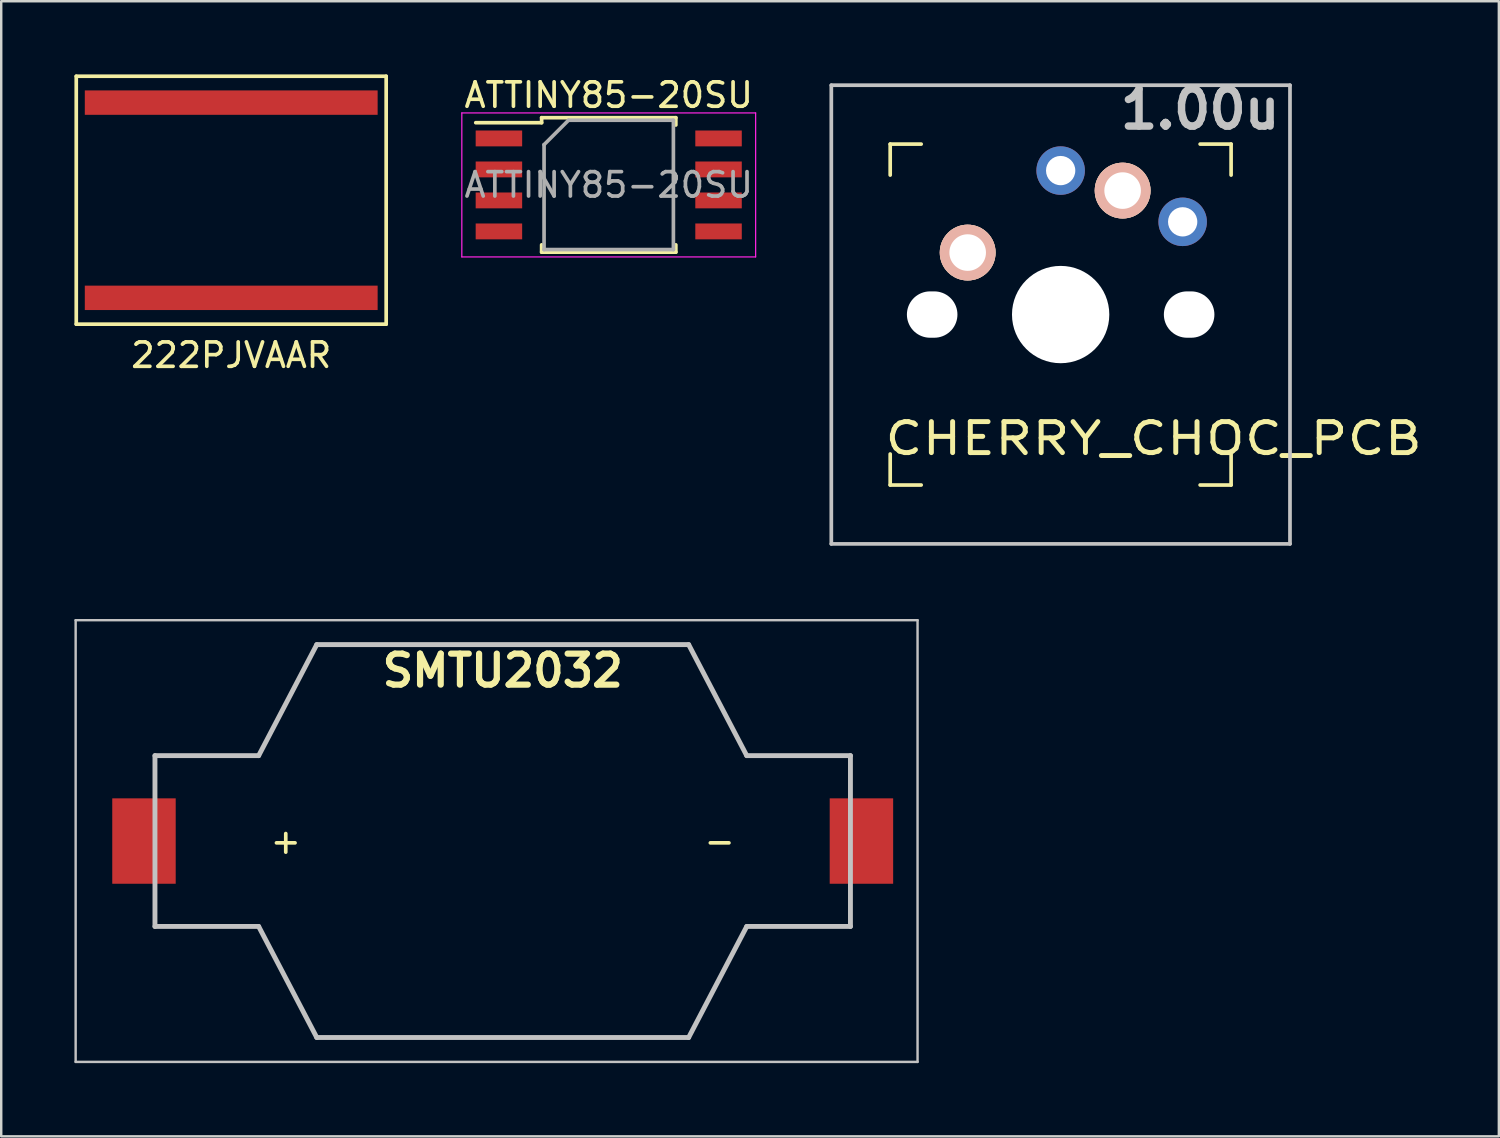
<source format=kicad_pcb>
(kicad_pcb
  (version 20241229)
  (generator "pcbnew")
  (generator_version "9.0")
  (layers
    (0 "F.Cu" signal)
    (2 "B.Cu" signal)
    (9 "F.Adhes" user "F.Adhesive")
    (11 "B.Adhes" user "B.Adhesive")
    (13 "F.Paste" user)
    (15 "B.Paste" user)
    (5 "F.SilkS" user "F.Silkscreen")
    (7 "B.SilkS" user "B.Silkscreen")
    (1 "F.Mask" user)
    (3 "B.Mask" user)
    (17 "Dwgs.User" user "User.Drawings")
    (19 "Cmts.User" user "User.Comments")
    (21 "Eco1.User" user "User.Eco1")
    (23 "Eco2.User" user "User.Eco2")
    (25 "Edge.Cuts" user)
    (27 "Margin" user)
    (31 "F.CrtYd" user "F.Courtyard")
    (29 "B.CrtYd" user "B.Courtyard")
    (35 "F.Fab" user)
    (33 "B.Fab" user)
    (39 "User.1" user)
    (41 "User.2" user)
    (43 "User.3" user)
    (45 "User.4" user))
  (footprint "SMTU2032"
    (layer "F.Cu")
    (at 17.55 31.415)
    (property "Reference" "SMTU2032" (at 0 -6.985 0) (layer "F.SilkS") (effects (font (size 1.27 1.27) (thickness 0.254))))
    (attr smd)
    (fp_line (start -14.25 -3.5) (end -10 -3.5) (stroke (width 0.1) (type solid)) (layer "F.SilkS"))
    (fp_line (start -14.25 3.5) (end -10 3.5) (stroke (width 0.1) (type solid)) (layer "F.SilkS"))
    (fp_line (start -10 -3.5) (end -7.62 -8.05) (stroke (width 0.1) (type solid)) (layer "F.SilkS"))
    (fp_line (start -10 3.5) (end -7.62 8.05) (stroke (width 0.1) (type solid)) (layer "F.SilkS"))
    (fp_line (start -7.62 -8.05) (end 7.62 -8.05) (stroke (width 0.1) (type solid)) (layer "F.SilkS"))
    (fp_line (start -7.62 8.05) (end 7.62 8.05) (stroke (width 0.1) (type solid)) (layer "F.SilkS"))
    (fp_line (start 7.62 -8.05) (end 10 -3.5) (stroke (width 0.1) (type solid)) (layer "F.SilkS"))
    (fp_line (start 7.62 8.05) (end 10 3.5) (stroke (width 0.1) (type solid)) (layer "F.SilkS"))
    (fp_line (start 10 -3.5) (end 14.25 -3.5) (stroke (width 0.1) (type solid)) (layer "F.SilkS"))
    (fp_line (start 10 3.5) (end 14.25 3.5) (stroke (width 0.1) (type solid)) (layer "F.SilkS"))
    (fp_line (start -17.5 -9.05) (end 17 -9.05) (stroke (width 0.1) (type solid)) (layer "Dwgs.User"))
    (fp_line (start -17.5 9.05) (end -17.5 -9.05) (stroke (width 0.1) (type solid)) (layer "Dwgs.User"))
    (fp_line (start -14.25 -3.5) (end -14.25 3.5) (stroke (width 0.2) (type solid)) (layer "Dwgs.User"))
    (fp_line (start -14.25 -3.5) (end -10 -3.5) (stroke (width 0.2) (type solid)) (layer "Dwgs.User"))
    (fp_line (start -14.25 3.5) (end -10 3.5) (stroke (width 0.2) (type solid)) (layer "Dwgs.User"))
    (fp_line (start -10 3.5) (end -7.62 8.05) (stroke (width 0.2) (type solid)) (layer "Dwgs.User"))
    (fp_line (start -7.62 -8.05) (end -10 -3.5) (stroke (width 0.2) (type solid)) (layer "Dwgs.User"))
    (fp_line (start -7.62 -8.05) (end 7.62 -8.05) (stroke (width 0.2) (type solid)) (layer "Dwgs.User"))
    (fp_line (start -7.62 8.05) (end 7.62 8.05) (stroke (width 0.2) (type solid)) (layer "Dwgs.User"))
    (fp_line (start 7.62 8.05) (end 10 3.5) (stroke (width 0.2) (type solid)) (layer "Dwgs.User"))
    (fp_line (start 10 -3.5) (end 7.62 -8.05) (stroke (width 0.2) (type solid)) (layer "Dwgs.User"))
    (fp_line (start 14.25 -3.5) (end 10 -3.5) (stroke (width 0.2) (type solid)) (layer "Dwgs.User"))
    (fp_line (start 14.25 -3.5) (end 14.25 3.5) (stroke (width 0.2) (type solid)) (layer "Dwgs.User"))
    (fp_line (start 14.25 3.5) (end 10 3.5) (stroke (width 0.2) (type solid)) (layer "Dwgs.User"))
    (fp_line (start 17 -9.05) (end 17 9.05) (stroke (width 0.1) (type solid)) (layer "Dwgs.User"))
    (fp_line (start 17 9.05) (end -17.5 9.05) (stroke (width 0.1) (type solid)) (layer "Dwgs.User"))
    (fp_text user "+" (at -8.89 0 0) (layer "F.SilkS") (effects (font (size 1 1) (thickness 0.15))))
    (fp_text user "-" (at 8.89 0 0) (layer "F.SilkS") (effects (font (size 1 1) (thickness 0.15))))
    (pad "1" smd rect (at -14.7 0) (size 2.6 3.5) (layers "F.Cu" "F.Mask" "F.Paste"))
    (pad "2" smd rect (at 14.7 0) (size 2.6 3.5) (layers "F.Cu" "F.Mask" "F.Paste")))
  (footprint "ATTINY85-20SU"
    (layer "F.Cu")
    (at 21.895 4.528)
    (property "Reference" "ATTINY85-20SU" (at 0 -3.68 0) (layer "F.SilkS") (effects (font (size 1 1) (thickness 0.15))))
    (attr smd)
    (fp_line (start -2.75 -2.755) (end -2.75 -2.55) (stroke (width 0.15) (type solid)) (layer "F.SilkS"))
    (fp_line (start -2.75 -2.755) (end 2.75 -2.755) (stroke (width 0.15) (type solid)) (layer "F.SilkS"))
    (fp_line (start -2.75 -2.55) (end -5.45 -2.55) (stroke (width 0.15) (type solid)) (layer "F.SilkS"))
    (fp_line (start -2.75 2.755) (end -2.75 2.455) (stroke (width 0.15) (type solid)) (layer "F.SilkS"))
    (fp_line (start -2.75 2.755) (end 2.75 2.755) (stroke (width 0.15) (type solid)) (layer "F.SilkS"))
    (fp_line (start 2.75 -2.755) (end 2.75 -2.455) (stroke (width 0.15) (type solid)) (layer "F.SilkS"))
    (fp_line (start 2.75 2.755) (end 2.75 2.455) (stroke (width 0.15) (type solid)) (layer "F.SilkS"))
    (fp_line (start -6.02 -2.95) (end -6.02 2.95) (stroke (width 0.05) (type solid)) (layer "F.CrtYd"))
    (fp_line (start -6.02 -2.95) (end 6.02 -2.95) (stroke (width 0.05) (type solid)) (layer "F.CrtYd"))
    (fp_line (start -6.02 2.95) (end 6.02 2.95) (stroke (width 0.05) (type solid)) (layer "F.CrtYd"))
    (fp_line (start 6.02 -2.95) (end 6.02 2.95) (stroke (width 0.05) (type solid)) (layer "F.CrtYd"))
    (fp_line (start -2.65 -1.65) (end -1.65 -2.65) (stroke (width 0.15) (type solid)) (layer "F.Fab"))
    (fp_line (start -2.65 2.65) (end -2.65 -1.65) (stroke (width 0.15) (type solid)) (layer "F.Fab"))
    (fp_line (start -1.65 -2.65) (end 2.65 -2.65) (stroke (width 0.15) (type solid)) (layer "F.Fab"))
    (fp_line (start 2.65 -2.65) (end 2.65 2.65) (stroke (width 0.15) (type solid)) (layer "F.Fab"))
    (fp_line (start 2.65 2.65) (end -2.65 2.65) (stroke (width 0.15) (type solid)) (layer "F.Fab"))
    (fp_text user "${REFERENCE}" (at 0 0 0) (layer "F.Fab") (effects (font (size 1 1) (thickness 0.15))))
    (pad "1" smd rect (at -4.5 -1.905) (size 1.905 0.65) (layers "F.Cu" "F.Mask" "F.Paste"))
    (pad "2" smd rect (at -4.5 -0.635) (size 1.905 0.65) (layers "F.Cu" "F.Mask" "F.Paste"))
    (pad "3" smd rect (at -4.5 0.635) (size 1.905 0.65) (layers "F.Cu" "F.Mask" "F.Paste"))
    (pad "4" smd rect (at -4.5 1.905) (size 1.905 0.65) (layers "F.Cu" "F.Mask" "F.Paste"))
    (pad "5" smd rect (at 4.5 1.905) (size 1.905 0.65) (layers "F.Cu" "F.Mask" "F.Paste"))
    (pad "6" smd rect (at 4.5 0.635) (size 1.905 0.65) (layers "F.Cu" "F.Mask" "F.Paste"))
    (pad "7" smd rect (at 4.5 -0.635) (size 1.905 0.65) (layers "F.Cu" "F.Mask" "F.Paste"))
    (pad "8" smd rect (at 4.5 -1.905) (size 1.905 0.65) (layers "F.Cu" "F.Mask" "F.Paste")))
  (footprint "222PJVAAR"
    (layer "F.Cu")
    (at 6.425 5.155)
    (property "Reference" "222PJVAAR" (at 0 6.35 0) (layer "F.SilkS") (effects (font (size 1 1) (thickness 0.15))))
    (attr through_hole)
    (fp_line (start -6.35 -5.08) (end 6.35 -5.08) (stroke (width 0.15) (type solid)) (layer "F.SilkS"))
    (fp_line (start -6.35 5.08) (end -6.35 -5.08) (stroke (width 0.15) (type solid)) (layer "F.SilkS"))
    (fp_line (start 6.35 -5.08) (end 6.35 5.08) (stroke (width 0.15) (type solid)) (layer "F.SilkS"))
    (fp_line (start 6.35 5.08) (end -6.35 5.08) (stroke (width 0.15) (type solid)) (layer "F.SilkS"))
    (pad "1" smd rect (at 0 -4) (size 12 1) (layers "F.Cu" "F.Mask" "F.Paste"))
    (pad "2" smd rect (at 0 4) (size 12 1) (layers "F.Cu" "F.Mask" "F.Paste")))
  (footprint "CHERRY_CHOC_PCB"
    (layer "F.Cu")
    (at 40.414 9.84)
    (property "Reference" "CHERRY_CHOC_PCB" (at 3.81 5.08 0) (layer "F.SilkS") (effects (font (size 1.27 1.524) (thickness 0.203))))
    (attr through_hole)
    (fp_line (start -6.985 -6.985) (end -5.715 -6.985) (stroke (width 0.15) (type solid)) (layer "F.SilkS"))
    (fp_line (start -6.985 -5.715) (end -6.985 -6.985) (stroke (width 0.15) (type solid)) (layer "F.SilkS"))
    (fp_line (start -6.985 5.715) (end -6.985 6.985) (stroke (width 0.15) (type solid)) (layer "F.SilkS"))
    (fp_line (start -6.985 6.985) (end -5.715 6.985) (stroke (width 0.15) (type solid)) (layer "F.SilkS"))
    (fp_line (start 5.715 -6.985) (end 6.985 -6.985) (stroke (width 0.15) (type solid)) (layer "F.SilkS"))
    (fp_line (start 6.985 -6.985) (end 6.985 -5.715) (stroke (width 0.15) (type solid)) (layer "F.SilkS"))
    (fp_line (start 6.985 5.715) (end 6.985 6.985) (stroke (width 0.15) (type solid)) (layer "F.SilkS"))
    (fp_line (start 6.985 6.985) (end 5.715 6.985) (stroke (width 0.15) (type solid)) (layer "F.SilkS"))
    (fp_line (start -9.398 -9.398) (end 9.398 -9.398) (stroke (width 0.152) (type solid)) (layer "Dwgs.User"))
    (fp_line (start -9.398 9.398) (end -9.398 -9.398) (stroke (width 0.152) (type solid)) (layer "Dwgs.User"))
    (fp_line (start 9.398 -9.398) (end 9.398 9.398) (stroke (width 0.152) (type solid)) (layer "Dwgs.User"))
    (fp_line (start 9.398 9.398) (end -9.398 9.398) (stroke (width 0.152) (type solid)) (layer "Dwgs.User"))
    (fp_line (start -6.985 -6.985) (end 6.985 -6.985) (stroke (width 0.152) (type solid)) (layer "Eco2.User"))
    (fp_line (start -6.985 6.985) (end -6.985 -6.985) (stroke (width 0.152) (type solid)) (layer "Eco2.User"))
    (fp_line (start 6.985 -6.985) (end 6.985 6.985) (stroke (width 0.152) (type solid)) (layer "Eco2.User"))
    (fp_line (start 6.985 6.985) (end -6.985 6.985) (stroke (width 0.152) (type solid)) (layer "Eco2.User"))
    (fp_text user "1.00u" (at 5.716 -8.414 0) (layer "Dwgs.User") (effects (font (size 1.524 1.524) (thickness 0.305))))
    (pad "" np_thru_hole oval (at -5.265 0) (size 2.071 1.9) (drill oval 2.071 1.9) (layers "*.Cu"))
    (pad "" np_thru_hole circle (at 0 0) (size 3.988 3.988) (drill 3.988) (layers "*.Cu"))
    (pad "" np_thru_hole oval (at 5.265 0) (size 2.071 1.9) (drill oval 2.071 1.9) (layers "*.Cu"))
    (pad "1" thru_hole circle (at 0 -5.9) (size 1.987 1.987) (drill 1.2) (layers "*.Cu" "*.Mask"))
    (pad "1" thru_hole circle (at 2.54 -5.08) (size 2.286 2.286) (drill 1.499) (layers "*.Cu" "*.SilkS" "*.Mask"))
    (pad "2" thru_hole circle (at -3.81 -2.54) (size 2.286 2.286) (drill 1.499) (layers "*.Cu" "*.SilkS" "*.Mask"))
    (pad "2" thru_hole circle (at 5 -3.8) (size 1.987 1.987) (drill 1.2) (layers "*.Cu" "*.Mask")))
  (gr_rect
    (start -3 -3)
    (end 58.371 43.515)
    (stroke (width 0.1) (type default))
    (fill no)
    (layer "Edge.Cuts")))
</source>
